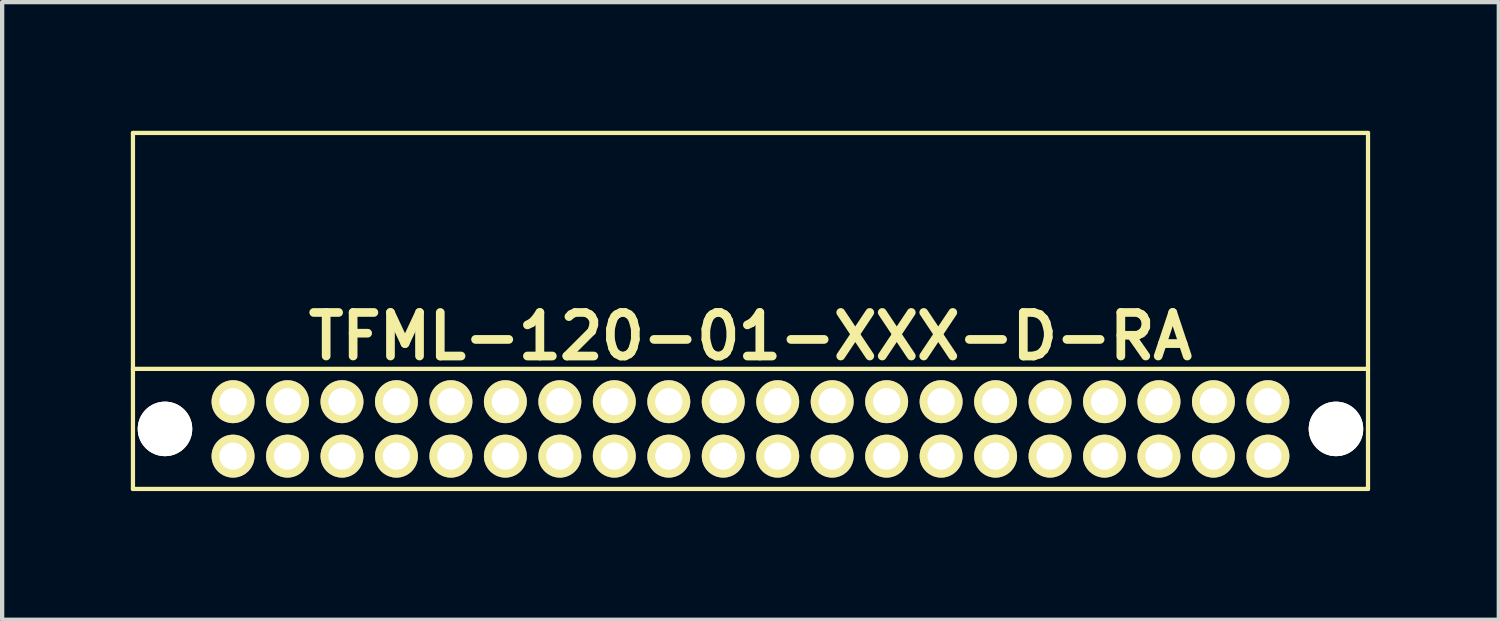
<source format=kicad_pcb>
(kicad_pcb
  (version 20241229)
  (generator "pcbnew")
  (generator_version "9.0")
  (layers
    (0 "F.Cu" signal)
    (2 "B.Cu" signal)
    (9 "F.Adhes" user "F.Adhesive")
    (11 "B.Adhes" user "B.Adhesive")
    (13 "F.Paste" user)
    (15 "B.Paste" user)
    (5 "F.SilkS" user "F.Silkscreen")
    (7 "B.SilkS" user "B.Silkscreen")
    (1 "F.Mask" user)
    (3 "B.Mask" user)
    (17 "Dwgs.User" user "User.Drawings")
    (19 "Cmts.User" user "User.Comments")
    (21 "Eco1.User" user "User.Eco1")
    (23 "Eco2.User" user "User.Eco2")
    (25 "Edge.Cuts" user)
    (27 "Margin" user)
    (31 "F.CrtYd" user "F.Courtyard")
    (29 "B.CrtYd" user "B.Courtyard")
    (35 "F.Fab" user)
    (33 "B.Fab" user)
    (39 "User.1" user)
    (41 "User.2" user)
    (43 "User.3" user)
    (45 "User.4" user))
  (footprint "TFML-120-01-XXX-D-RA"
    (layer "F.Cu")
    (at 14.449 6.951)
    (property "Reference" "TFML-120-01-XXX-D-RA" (at 0 -2.159 0) (layer "F.SilkS") (effects (font (size 1.016 1.016) (thickness 0.203))))
    (attr through_hole)
    (fp_line (start -14.399 1.4) (end -14.399 -6.901) (stroke (width 0.099) (type solid)) (layer "F.SilkS"))
    (fp_line (start -14.399 1.4) (end 14.399 1.4) (stroke (width 0.099) (type solid)) (layer "F.SilkS"))
    (fp_line (start 14.399 -6.901) (end -14.399 -6.901) (stroke (width 0.099) (type solid)) (layer "F.SilkS"))
    (fp_line (start 14.399 -1.4) (end -14.399 -1.4) (stroke (width 0.099) (type solid)) (layer "F.SilkS"))
    (fp_line (start 14.399 1.4) (end 14.399 -6.901) (stroke (width 0.099) (type solid)) (layer "F.SilkS"))
    (pad "" thru_hole circle (at -13.652 0) (size 1.27 1.27) (drill 1.27) (layers "*.Cu" "*.Mask" "F.SilkS"))
    (pad "" thru_hole circle (at 13.652 0) (size 1.27 1.27) (drill 1.27) (layers "*.Cu" "*.Mask" "F.SilkS"))
    (pad "1" thru_hole circle (at -12.065 0.635) (size 1.001 1.001) (drill 0.635) (layers "*.Cu" "*.Mask" "F.SilkS"))
    (pad "2" thru_hole circle (at -12.065 -0.635) (size 1.001 1.001) (drill 0.635) (layers "*.Cu" "*.Mask" "F.SilkS"))
    (pad "3" thru_hole circle (at -10.795 0.635) (size 1.001 1.001) (drill 0.635) (layers "*.Cu" "*.Mask" "F.SilkS"))
    (pad "4" thru_hole circle (at -10.795 -0.635) (size 1.001 1.001) (drill 0.635) (layers "*.Cu" "*.Mask" "F.SilkS"))
    (pad "5" thru_hole circle (at -9.525 0.635) (size 1.001 1.001) (drill 0.635) (layers "*.Cu" "*.Mask" "F.SilkS"))
    (pad "6" thru_hole circle (at -9.525 -0.635) (size 1.001 1.001) (drill 0.635) (layers "*.Cu" "*.Mask" "F.SilkS"))
    (pad "7" thru_hole circle (at -8.255 0.635) (size 1.001 1.001) (drill 0.635) (layers "*.Cu" "*.Mask" "F.SilkS"))
    (pad "8" thru_hole circle (at -8.255 -0.635) (size 1.001 1.001) (drill 0.635) (layers "*.Cu" "*.Mask" "F.SilkS"))
    (pad "9" thru_hole circle (at -6.985 0.635) (size 1.001 1.001) (drill 0.635) (layers "*.Cu" "*.Mask" "F.SilkS"))
    (pad "10" thru_hole circle (at -6.985 -0.635) (size 1.001 1.001) (drill 0.635) (layers "*.Cu" "*.Mask" "F.SilkS"))
    (pad "11" thru_hole circle (at -5.715 0.635) (size 1.001 1.001) (drill 0.635) (layers "*.Cu" "*.Mask" "F.SilkS"))
    (pad "12" thru_hole circle (at -5.715 -0.635) (size 1.001 1.001) (drill 0.635) (layers "*.Cu" "*.Mask" "F.SilkS"))
    (pad "13" thru_hole circle (at -4.445 0.635) (size 1.001 1.001) (drill 0.635) (layers "*.Cu" "*.Mask" "F.SilkS"))
    (pad "14" thru_hole circle (at -4.445 -0.635) (size 1.001 1.001) (drill 0.635) (layers "*.Cu" "*.Mask" "F.SilkS"))
    (pad "15" thru_hole circle (at -3.175 0.635) (size 1.001 1.001) (drill 0.635) (layers "*.Cu" "*.Mask" "F.SilkS"))
    (pad "16" thru_hole circle (at -3.175 -0.635) (size 1.001 1.001) (drill 0.635) (layers "*.Cu" "*.Mask" "F.SilkS"))
    (pad "17" thru_hole circle (at -1.905 0.635) (size 1.001 1.001) (drill 0.635) (layers "*.Cu" "*.Mask" "F.SilkS"))
    (pad "18" thru_hole circle (at -1.905 -0.635) (size 1.001 1.001) (drill 0.635) (layers "*.Cu" "*.Mask" "F.SilkS"))
    (pad "19" thru_hole circle (at -0.635 0.635) (size 1.001 1.001) (drill 0.635) (layers "*.Cu" "*.Mask" "F.SilkS"))
    (pad "20" thru_hole circle (at -0.635 -0.635) (size 1.001 1.001) (drill 0.635) (layers "*.Cu" "*.Mask" "F.SilkS"))
    (pad "21" thru_hole circle (at 0.635 0.635) (size 1.001 1.001) (drill 0.635) (layers "*.Cu" "*.Mask" "F.SilkS"))
    (pad "22" thru_hole circle (at 0.635 -0.635) (size 1.001 1.001) (drill 0.635) (layers "*.Cu" "*.Mask" "F.SilkS"))
    (pad "23" thru_hole circle (at 1.905 0.635) (size 1.001 1.001) (drill 0.635) (layers "*.Cu" "*.Mask" "F.SilkS"))
    (pad "24" thru_hole circle (at 1.905 -0.635) (size 1.001 1.001) (drill 0.635) (layers "*.Cu" "*.Mask" "F.SilkS"))
    (pad "25" thru_hole circle (at 3.175 0.635) (size 1.001 1.001) (drill 0.635) (layers "*.Cu" "*.Mask" "F.SilkS"))
    (pad "26" thru_hole circle (at 3.175 -0.635) (size 1.001 1.001) (drill 0.635) (layers "*.Cu" "*.Mask" "F.SilkS"))
    (pad "27" thru_hole circle (at 4.445 0.635) (size 1.001 1.001) (drill 0.635) (layers "*.Cu" "*.Mask" "F.SilkS"))
    (pad "28" thru_hole circle (at 4.445 -0.635) (size 1.001 1.001) (drill 0.635) (layers "*.Cu" "*.Mask" "F.SilkS"))
    (pad "29" thru_hole circle (at 5.715 0.635) (size 1.001 1.001) (drill 0.635) (layers "*.Cu" "*.Mask" "F.SilkS"))
    (pad "30" thru_hole circle (at 5.715 -0.635) (size 1.001 1.001) (drill 0.635) (layers "*.Cu" "*.Mask" "F.SilkS"))
    (pad "31" thru_hole circle (at 6.985 0.635) (size 1.001 1.001) (drill 0.635) (layers "*.Cu" "*.Mask" "F.SilkS"))
    (pad "32" thru_hole circle (at 6.985 -0.635) (size 1.001 1.001) (drill 0.635) (layers "*.Cu" "*.Mask" "F.SilkS"))
    (pad "33" thru_hole circle (at 8.255 0.635) (size 1.001 1.001) (drill 0.635) (layers "*.Cu" "*.Mask" "F.SilkS"))
    (pad "34" thru_hole circle (at 8.255 -0.635) (size 1.001 1.001) (drill 0.635) (layers "*.Cu" "*.Mask" "F.SilkS"))
    (pad "35" thru_hole circle (at 9.525 0.635) (size 1.001 1.001) (drill 0.635) (layers "*.Cu" "*.Mask" "F.SilkS"))
    (pad "36" thru_hole circle (at 9.525 -0.635) (size 1.001 1.001) (drill 0.635) (layers "*.Cu" "*.Mask" "F.SilkS"))
    (pad "37" thru_hole circle (at 10.795 0.635) (size 1.001 1.001) (drill 0.635) (layers "*.Cu" "*.Mask" "F.SilkS"))
    (pad "38" thru_hole circle (at 10.795 -0.635) (size 1.001 1.001) (drill 0.635) (layers "*.Cu" "*.Mask" "F.SilkS"))
    (pad "39" thru_hole circle (at 12.065 0.635) (size 1.001 1.001) (drill 0.635) (layers "*.Cu" "*.Mask" "F.SilkS"))
    (pad "40" thru_hole circle (at 12.065 -0.635) (size 1.001 1.001) (drill 0.635) (layers "*.Cu" "*.Mask" "F.SilkS")))
  (gr_rect
    (start -3 -3)
    (end 31.898 11.4)
    (stroke (width 0.1) (type default))
    (fill no)
    (layer "Edge.Cuts")))
</source>
